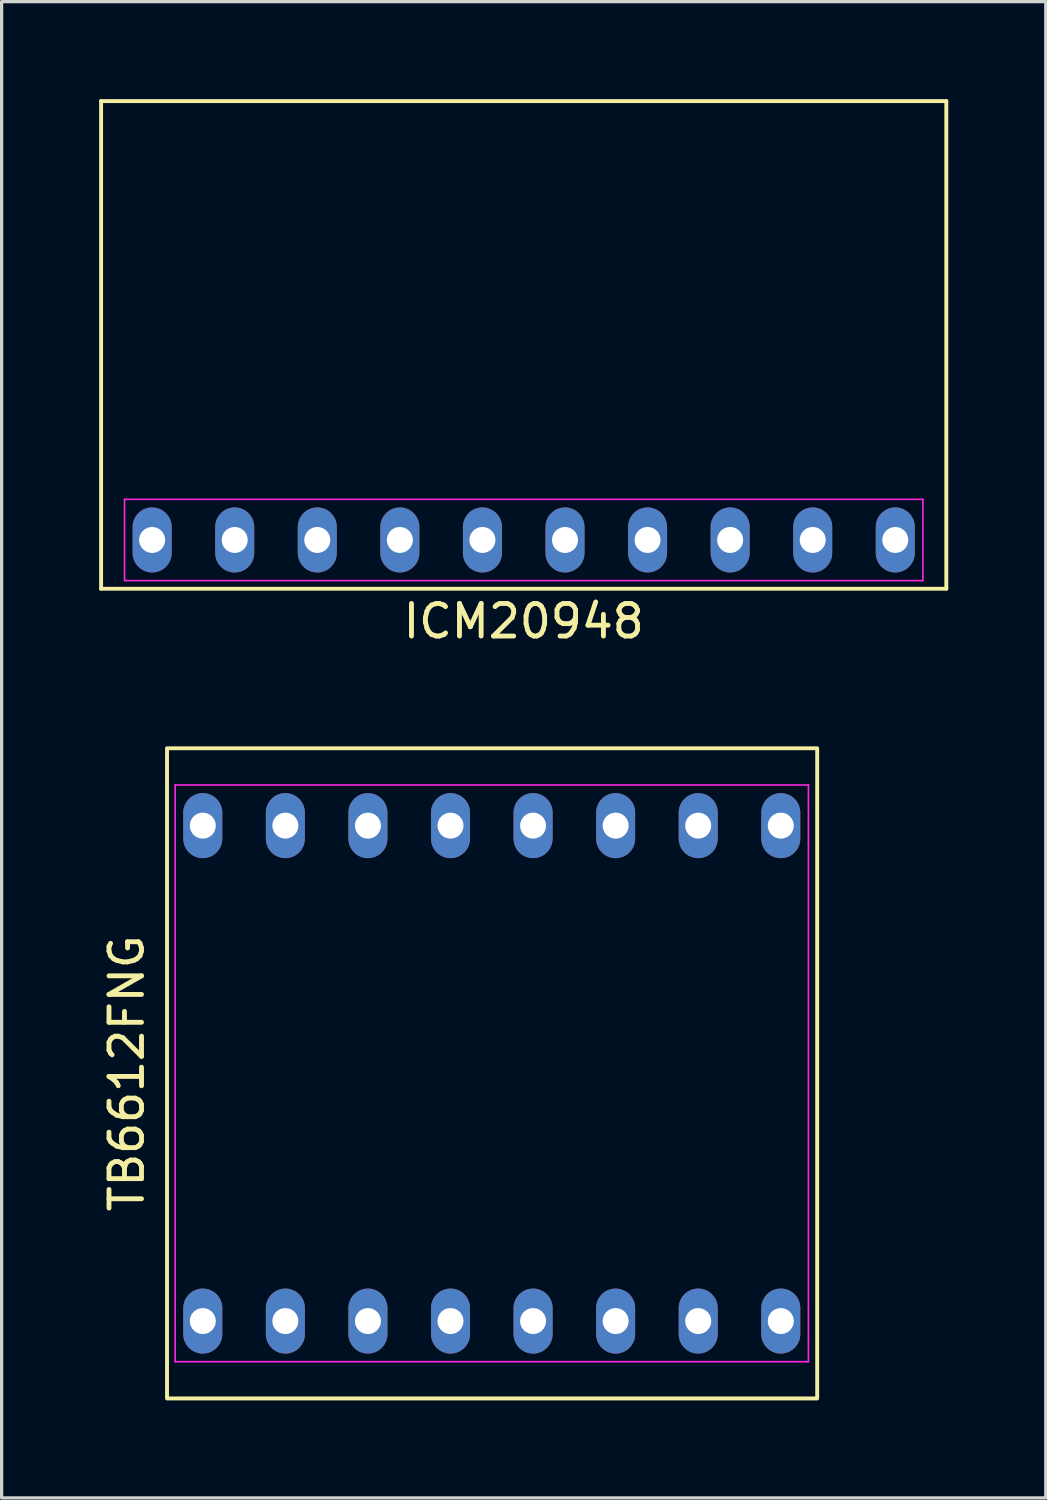
<source format=kicad_pcb>
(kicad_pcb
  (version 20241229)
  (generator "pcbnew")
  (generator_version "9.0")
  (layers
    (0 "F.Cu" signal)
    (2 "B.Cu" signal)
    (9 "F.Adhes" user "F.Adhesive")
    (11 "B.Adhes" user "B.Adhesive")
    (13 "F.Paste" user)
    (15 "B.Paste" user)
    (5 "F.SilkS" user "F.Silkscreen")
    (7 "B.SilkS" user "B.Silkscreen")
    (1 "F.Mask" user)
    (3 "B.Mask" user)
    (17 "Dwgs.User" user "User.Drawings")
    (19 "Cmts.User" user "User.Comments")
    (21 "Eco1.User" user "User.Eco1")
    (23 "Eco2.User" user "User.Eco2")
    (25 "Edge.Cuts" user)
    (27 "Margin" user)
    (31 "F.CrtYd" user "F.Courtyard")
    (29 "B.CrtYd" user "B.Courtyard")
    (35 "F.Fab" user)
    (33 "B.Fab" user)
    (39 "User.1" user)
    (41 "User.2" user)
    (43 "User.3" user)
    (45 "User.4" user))
  (footprint "ICM20948"
    (layer "F.Cu")
    (at 13.06 13.56)
    (property "Reference" "ICM20948" (at 0 2.5 0) (layer "F.SilkS") (effects (font (size 1 1) (thickness 0.15))))
    (attr through_hole)
    (fp_line (start -13 1.5) (end -13 -13.5) (stroke (width 0.12) (type solid)) (layer "F.SilkS"))
    (fp_line (start 13 -13.5) (end -13 -13.5) (stroke (width 0.12) (type solid)) (layer "F.SilkS"))
    (fp_line (start 13 1.5) (end -13 1.5) (stroke (width 0.12) (type solid)) (layer "F.SilkS"))
    (fp_line (start 13 1.5) (end 13 -13.5) (stroke (width 0.12) (type solid)) (layer "F.SilkS"))
    (fp_line (start -12.28 -1.25) (end 12.28 -1.25) (stroke (width 0.05) (type default)) (layer "F.CrtYd"))
    (fp_line (start -12.28 1.25) (end -12.28 -1.25) (stroke (width 0.05) (type default)) (layer "F.CrtYd"))
    (fp_line (start 12.28 -1.25) (end 12.28 1.25) (stroke (width 0.05) (type default)) (layer "F.CrtYd"))
    (fp_line (start 12.28 1.25) (end -12.28 1.25) (stroke (width 0.05) (type default)) (layer "F.CrtYd"))
    (pad "1" thru_hole oval (at -11.43 0) (size 1.2 2) (drill 0.8) (layers "*.Cu" "*.Mask"))
    (pad "2" thru_hole oval (at -8.89 0) (size 1.2 2) (drill 0.8) (layers "*.Cu" "*.Mask"))
    (pad "3" thru_hole oval (at -6.35 0) (size 1.2 2) (drill 0.8) (layers "*.Cu" "*.Mask"))
    (pad "4" thru_hole oval (at -3.81 0) (size 1.2 2) (drill 0.8) (layers "*.Cu" "*.Mask"))
    (pad "5" thru_hole oval (at -1.27 0) (size 1.2 2) (drill 0.8) (layers "*.Cu" "*.Mask"))
    (pad "6" thru_hole oval (at 1.27 0) (size 1.2 2) (drill 0.8) (layers "*.Cu" "*.Mask"))
    (pad "7" thru_hole oval (at 3.81 0) (size 1.2 2) (drill 0.8) (layers "*.Cu" "*.Mask"))
    (pad "8" thru_hole oval (at 6.35 0) (size 1.2 2) (drill 0.8) (layers "*.Cu" "*.Mask"))
    (pad "9" thru_hole oval (at 8.89 0) (size 1.2 2) (drill 0.8) (layers "*.Cu" "*.Mask"))
    (pad "10" thru_hole oval (at 11.43 0) (size 1.2 2) (drill 0.8) (layers "*.Cu" "*.Mask")))
  (footprint "TB6612FNG"
    (layer "F.Cu")
    (at 11.838 29.968)
    (property "Reference" "TB6612FNG" (at -10.99 0 90) (layer "F.SilkS") (effects (font (size 1 1) (thickness 0.15))))
    (attr through_hole)
    (fp_rect (start -9.75 -10) (end 10.25 10) (stroke (width 0.12) (type solid)) (fill no) (layer "F.SilkS"))
    (fp_line (start -9.5 -8.87) (end 9.98 -8.87) (stroke (width 0.05) (type default)) (layer "F.CrtYd"))
    (fp_line (start -9.5 8.87) (end -9.5 -8.87) (stroke (width 0.05) (type default)) (layer "F.CrtYd"))
    (fp_line (start 9.98 -8.87) (end 9.98 8.87) (stroke (width 0.05) (type default)) (layer "F.CrtYd"))
    (fp_line (start 9.98 8.87) (end -9.5 8.87) (stroke (width 0.05) (type default)) (layer "F.CrtYd"))
    (pad "1" thru_hole oval (at -1.03 7.62) (size 1.2 2) (drill 0.8) (layers "*.Cu" "*.Mask"))
    (pad "3" thru_hole oval (at -3.57 7.62) (size 1.2 2) (drill 0.8) (layers "*.Cu" "*.Mask"))
    (pad "5" thru_hole oval (at 1.51 7.62) (size 1.2 2) (drill 0.8) (layers "*.Cu" "*.Mask"))
    (pad "7" thru_hole oval (at 4.05 7.62) (size 1.2 2) (drill 0.8) (layers "*.Cu" "*.Mask"))
    (pad "11" thru_hole oval (at 6.59 7.62) (size 1.2 2) (drill 0.8) (layers "*.Cu" "*.Mask"))
    (pad "15" thru_hole oval (at 6.59 -7.62) (size 1.2 2) (drill 0.8) (layers "*.Cu" "*.Mask"))
    (pad "16" thru_hole oval (at 4.05 -7.62) (size 1.2 2) (drill 0.8) (layers "*.Cu" "*.Mask"))
    (pad "17" thru_hole oval (at 1.51 -7.62) (size 1.2 2) (drill 0.8) (layers "*.Cu" "*.Mask"))
    (pad "18" thru_hole oval (at 9.13 -7.62) (size 1.2 2) (drill 0.8) (layers "*.Cu" "*.Mask"))
    (pad "18" thru_hole oval (at 9.13 7.62) (size 1.2 2) (drill 0.8) (layers "*.Cu" "*.Mask"))
    (pad "19" thru_hole oval (at -1.03 -7.62) (size 1.2 2) (drill 0.8) (layers "*.Cu" "*.Mask"))
    (pad "20" thru_hole oval (at -6.11 7.62) (size 1.2 2) (drill 0.8) (layers "*.Cu" "*.Mask"))
    (pad "21" thru_hole oval (at -3.57 -7.62) (size 1.2 2) (drill 0.8) (layers "*.Cu" "*.Mask"))
    (pad "22" thru_hole oval (at -6.11 -7.62) (size 1.2 2) (drill 0.8) (layers "*.Cu" "*.Mask"))
    (pad "23" thru_hole oval (at -8.65 -7.62) (size 1.2 2) (drill 0.8) (layers "*.Cu" "*.Mask"))
    (pad "24" thru_hole oval (at -8.65 7.62) (size 1.2 2) (drill 0.8) (layers "*.Cu" "*.Mask")))
  (gr_rect
    (start -3 -3)
    (end 29.12 43.028)
    (stroke (width 0.1) (type default))
    (fill no)
    (layer "Edge.Cuts")))
</source>
